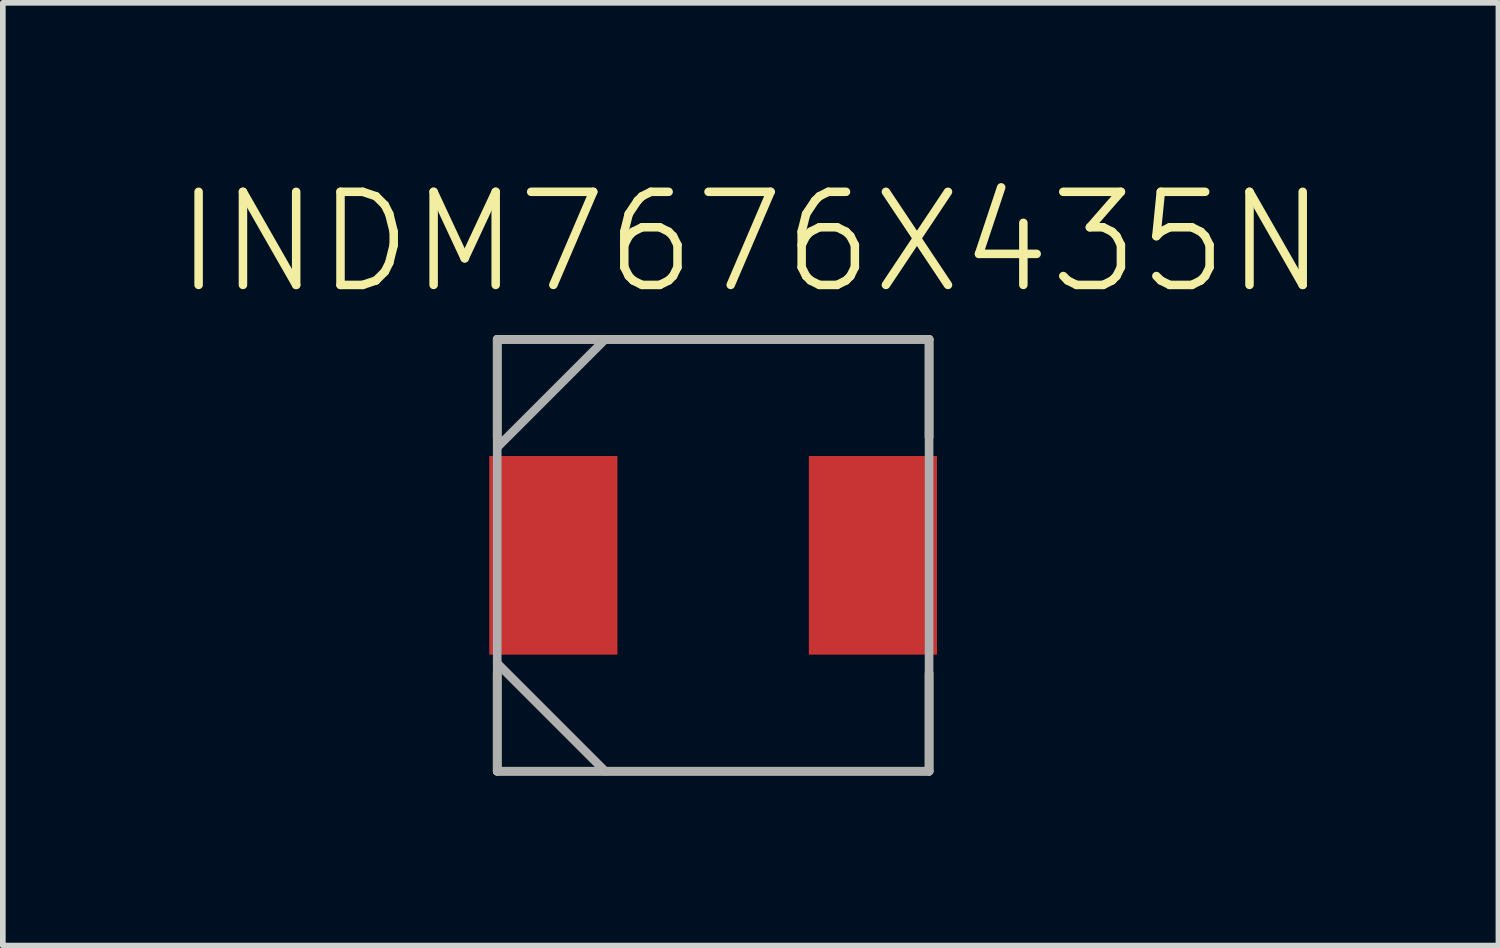
<source format=kicad_pcb>
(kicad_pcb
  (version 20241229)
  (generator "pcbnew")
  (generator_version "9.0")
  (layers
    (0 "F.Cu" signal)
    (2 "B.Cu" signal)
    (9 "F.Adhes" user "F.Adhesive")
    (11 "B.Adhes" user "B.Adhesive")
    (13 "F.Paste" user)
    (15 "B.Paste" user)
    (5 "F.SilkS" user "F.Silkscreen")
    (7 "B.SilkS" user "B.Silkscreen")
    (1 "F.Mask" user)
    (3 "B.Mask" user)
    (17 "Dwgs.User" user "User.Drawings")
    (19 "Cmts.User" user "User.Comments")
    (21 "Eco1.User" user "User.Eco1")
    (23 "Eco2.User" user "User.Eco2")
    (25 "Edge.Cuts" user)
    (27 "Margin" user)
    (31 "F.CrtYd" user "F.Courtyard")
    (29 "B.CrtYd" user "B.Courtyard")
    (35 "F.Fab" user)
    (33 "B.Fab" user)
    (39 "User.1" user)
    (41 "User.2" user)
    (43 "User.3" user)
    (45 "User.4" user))
  (footprint "INDM7676X435N"
    (layer "F.Cu")
    (at 9.533 6.748)
    (property "Reference" "INDM7676X435N" (at 0.662 -5.523 0) (layer "F.SilkS") (effects (font (size 1.643 1.643) (thickness 0.15))))
    (attr smd)
    (fp_line (start -3.81 -3.81) (end -3.81 -2.083) (stroke (width 0.152) (type solid)) (layer "F.SilkS"))
    (fp_line (start -3.81 2.083) (end -3.81 3.81) (stroke (width 0.152) (type solid)) (layer "F.SilkS"))
    (fp_line (start -3.81 3.81) (end 3.81 3.81) (stroke (width 0.152) (type solid)) (layer "F.SilkS"))
    (fp_line (start 3.81 -3.81) (end -3.81 -3.81) (stroke (width 0.152) (type solid)) (layer "F.SilkS"))
    (fp_line (start 3.81 -2.083) (end 3.81 -3.81) (stroke (width 0.152) (type solid)) (layer "F.SilkS"))
    (fp_line (start 3.81 3.81) (end 3.81 2.083) (stroke (width 0.152) (type solid)) (layer "F.SilkS"))
    (fp_line (start -3.81 -3.81) (end -3.81 3.81) (stroke (width 0.152) (type solid)) (layer "F.Fab"))
    (fp_line (start -3.81 -1.905) (end -1.905 -3.81) (stroke (width 0.152) (type solid)) (layer "F.Fab"))
    (fp_line (start -3.81 1.905) (end -1.905 3.81) (stroke (width 0.152) (type solid)) (layer "F.Fab"))
    (fp_line (start -3.81 3.81) (end 3.81 3.81) (stroke (width 0.152) (type solid)) (layer "F.Fab"))
    (fp_line (start 3.81 -3.81) (end -3.81 -3.81) (stroke (width 0.152) (type solid)) (layer "F.Fab"))
    (fp_line (start 3.81 3.81) (end 3.81 -3.81) (stroke (width 0.152) (type solid)) (layer "F.Fab"))
    (pad "1" smd rect (at -2.819 0 90) (size 3.505 2.261) (layers "F.Cu" "F.Mask" "F.Paste"))
    (pad "2" smd rect (at 2.819 0 90) (size 3.505 2.261) (layers "F.Cu" "F.Mask" "F.Paste")))
  (gr_rect
    (start -3 -3)
    (end 23.389 13.634)
    (stroke (width 0.1) (type default))
    (fill no)
    (layer "Edge.Cuts")))
</source>
